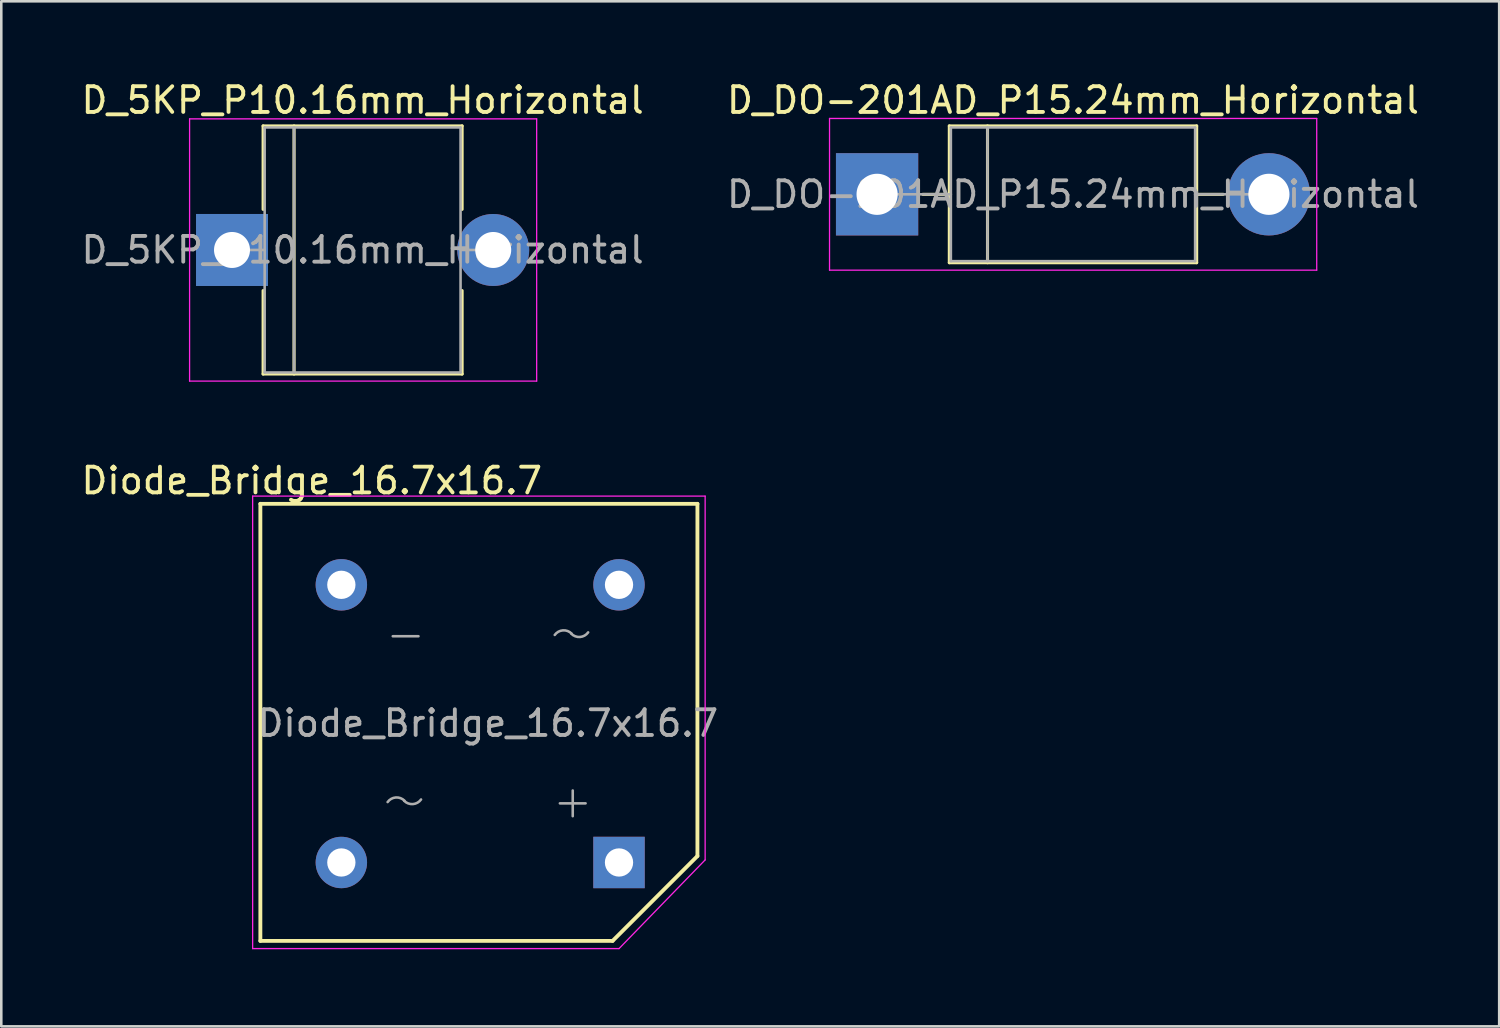
<source format=kicad_pcb>
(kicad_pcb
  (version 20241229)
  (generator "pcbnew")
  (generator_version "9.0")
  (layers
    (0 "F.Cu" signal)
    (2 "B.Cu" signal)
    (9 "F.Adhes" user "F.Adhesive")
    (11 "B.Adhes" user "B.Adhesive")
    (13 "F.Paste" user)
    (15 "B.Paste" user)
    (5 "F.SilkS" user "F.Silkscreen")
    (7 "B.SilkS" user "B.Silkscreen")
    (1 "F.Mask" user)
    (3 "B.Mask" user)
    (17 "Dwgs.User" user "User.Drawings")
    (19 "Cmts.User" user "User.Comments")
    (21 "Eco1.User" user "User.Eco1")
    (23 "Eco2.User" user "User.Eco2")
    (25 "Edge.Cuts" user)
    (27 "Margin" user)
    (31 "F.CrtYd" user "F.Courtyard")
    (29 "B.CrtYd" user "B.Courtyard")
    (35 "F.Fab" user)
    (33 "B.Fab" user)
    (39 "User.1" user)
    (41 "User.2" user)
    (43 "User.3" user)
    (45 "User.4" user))
  (footprint "D_DO-201AD_P15.24mm_Horizontal"
    (layer "F.Cu")
    (at 31.065 4.508)
    (property "Reference" "D_DO-201AD_P15.24mm_Horizontal" (at 7.62 -3.66 0) (layer "F.SilkS") (effects (font (size 1 1) (thickness 0.15))))
    (attr through_hole)
    (fp_line (start 1.78 0) (end 2.81 0) (stroke (width 0.12) (type solid)) (layer "F.SilkS"))
    (fp_line (start 2.81 -2.66) (end 2.81 2.66) (stroke (width 0.12) (type solid)) (layer "F.SilkS"))
    (fp_line (start 2.81 2.66) (end 12.43 2.66) (stroke (width 0.12) (type solid)) (layer "F.SilkS"))
    (fp_line (start 4.295 -2.66) (end 4.295 2.66) (stroke (width 0.12) (type solid)) (layer "F.SilkS"))
    (fp_line (start 12.43 -2.66) (end 2.81 -2.66) (stroke (width 0.12) (type solid)) (layer "F.SilkS"))
    (fp_line (start 12.43 2.66) (end 12.43 -2.66) (stroke (width 0.12) (type solid)) (layer "F.SilkS"))
    (fp_line (start 13.46 0) (end 12.43 0) (stroke (width 0.12) (type solid)) (layer "F.SilkS"))
    (fp_line (start -1.85 -2.95) (end -1.85 2.95) (stroke (width 0.05) (type solid)) (layer "F.CrtYd"))
    (fp_line (start -1.85 2.95) (end 17.1 2.95) (stroke (width 0.05) (type solid)) (layer "F.CrtYd"))
    (fp_line (start 17.1 -2.95) (end -1.85 -2.95) (stroke (width 0.05) (type solid)) (layer "F.CrtYd"))
    (fp_line (start 17.1 2.95) (end 17.1 -2.95) (stroke (width 0.05) (type solid)) (layer "F.CrtYd"))
    (fp_line (start 0 0) (end 2.87 0) (stroke (width 0.1) (type solid)) (layer "F.Fab"))
    (fp_line (start 2.87 -2.6) (end 2.87 2.6) (stroke (width 0.1) (type solid)) (layer "F.Fab"))
    (fp_line (start 2.87 2.6) (end 12.37 2.6) (stroke (width 0.1) (type solid)) (layer "F.Fab"))
    (fp_line (start 4.295 -2.6) (end 4.295 2.6) (stroke (width 0.1) (type solid)) (layer "F.Fab"))
    (fp_line (start 12.37 -2.6) (end 2.87 -2.6) (stroke (width 0.1) (type solid)) (layer "F.Fab"))
    (fp_line (start 12.37 2.6) (end 12.37 -2.6) (stroke (width 0.1) (type solid)) (layer "F.Fab"))
    (fp_line (start 15.24 0) (end 12.37 0) (stroke (width 0.1) (type solid)) (layer "F.Fab"))
    (fp_text user "${REFERENCE}" (at 7.62 0 0) (layer "F.Fab") (effects (font (size 1 1) (thickness 0.15))))
    (pad "1" thru_hole rect (at 0 0) (size 3.2 3.2) (drill 1.6) (layers "*.Cu" "*.Mask"))
    (pad "2" thru_hole oval (at 15.24 0) (size 3.2 3.2) (drill 1.6) (layers "*.Cu" "*.Mask")))
  (footprint "Diode_Bridge_16.7x16.7"
    (layer "F.Cu")
    (at 10.227 19.697)
    (property "Reference" "Diode_Bridge_16.7x16.7" (at -1.15 -4.05 0) (layer "F.SilkS") (effects (font (size 1 1) (thickness 0.15))))
    (attr through_hole)
    (fp_line (start -3.15 -3.15) (end 13.85 -3.15) (stroke (width 0.15) (type solid)) (layer "F.SilkS"))
    (fp_line (start -3.15 13.85) (end -3.15 -3.15) (stroke (width 0.15) (type solid)) (layer "F.SilkS"))
    (fp_line (start 10.55 13.85) (end -3.15 13.85) (stroke (width 0.15) (type solid)) (layer "F.SilkS"))
    (fp_line (start 13.85 -3.15) (end 13.85 10.55) (stroke (width 0.15) (type solid)) (layer "F.SilkS"))
    (fp_line (start 13.85 10.55) (end 10.55 13.85) (stroke (width 0.15) (type solid)) (layer "F.SilkS"))
    (fp_line (start -3.45 -3.45) (end 14.15 -3.45) (stroke (width 0.05) (type solid)) (layer "F.CrtYd"))
    (fp_line (start -3.45 14.15) (end -3.45 -3.45) (stroke (width 0.05) (type solid)) (layer "F.CrtYd"))
    (fp_line (start 10.8 14.15) (end -3.45 14.15) (stroke (width 0.05) (type solid)) (layer "F.CrtYd"))
    (fp_line (start 14.15 -3.45) (end 14.15 10.7) (stroke (width 0.05) (type solid)) (layer "F.CrtYd"))
    (fp_line (start 14.15 10.7) (end 10.8 14.15) (stroke (width 0.05) (type solid)) (layer "F.CrtYd"))
    (fp_line (start 2 2) (end 3 2) (stroke (width 0.1) (type solid)) (layer "F.Fab"))
    (fp_line (start 8.5 8.5) (end 9.5 8.5) (stroke (width 0.1) (type solid)) (layer "F.Fab"))
    (fp_line (start 9 8) (end 9 9) (stroke (width 0.1) (type solid)) (layer "F.Fab"))
    (fp_arc (start 1.8 8.45) (mid 2.116535 8.271188) (end 2.456979 8.398729) (stroke (width 0.1) (type solid)) (layer "F.Fab"))
    (fp_arc (start 3.1 8.35) (mid 2.783465 8.528812) (end 2.443021 8.401271) (stroke (width 0.1) (type solid)) (layer "F.Fab"))
    (fp_arc (start 8.3 1.95) (mid 8.616535 1.771188) (end 8.956979 1.898729) (stroke (width 0.1) (type solid)) (layer "F.Fab"))
    (fp_arc (start 9.6 1.85) (mid 9.283465 2.028812) (end 8.943021 1.901271) (stroke (width 0.1) (type solid)) (layer "F.Fab"))
    (fp_text user "${REFERENCE}" (at 5.7 5.385 0) (layer "F.Fab") (effects (font (size 1 1) (thickness 0.15))))
    (pad "1" thru_hole circle (at 0 0) (size 2 2) (drill 1.1) (layers "*.Cu" "*.Mask"))
    (pad "2" thru_hole circle (at 0 10.8) (size 2 2) (drill 1.1) (layers "*.Cu" "*.Mask"))
    (pad "3" thru_hole rect (at 10.8 10.8) (size 2 2) (drill 1.1) (layers "*.Cu" "*.Mask"))
    (pad "4" thru_hole circle (at 10.8 0) (size 2 2) (drill 1.1) (layers "*.Cu" "*.Mask")))
  (footprint "D_5KP_P10.16mm_Horizontal"
    (layer "F.Cu")
    (at 5.974 6.673)
    (property "Reference" "D_5KP_P10.16mm_Horizontal" (at 5.08 -5.825 0) (layer "F.SilkS") (effects (font (size 1 1) (thickness 0.15))))
    (attr through_hole)
    (fp_line (start 1.21 -4.825) (end 8.95 -4.825) (stroke (width 0.12) (type solid)) (layer "F.SilkS"))
    (fp_line (start 1.21 -1.58) (end 1.21 -4.825) (stroke (width 0.12) (type solid)) (layer "F.SilkS"))
    (fp_line (start 1.21 1.58) (end 1.21 4.825) (stroke (width 0.12) (type solid)) (layer "F.SilkS"))
    (fp_line (start 1.21 4.825) (end 8.95 4.825) (stroke (width 0.12) (type solid)) (layer "F.SilkS"))
    (fp_line (start 2.413 -4.825) (end 2.413 4.825) (stroke (width 0.12) (type solid)) (layer "F.SilkS"))
    (fp_line (start 8.95 -4.825) (end 8.95 -1.58) (stroke (width 0.12) (type solid)) (layer "F.SilkS"))
    (fp_line (start 8.95 4.825) (end 8.95 1.58) (stroke (width 0.12) (type solid)) (layer "F.SilkS"))
    (fp_line (start -1.65 -5.1) (end -1.65 5.1) (stroke (width 0.05) (type solid)) (layer "F.CrtYd"))
    (fp_line (start -1.65 5.1) (end 11.85 5.1) (stroke (width 0.05) (type solid)) (layer "F.CrtYd"))
    (fp_line (start 11.85 -5.1) (end -1.65 -5.1) (stroke (width 0.05) (type solid)) (layer "F.CrtYd"))
    (fp_line (start 11.85 5.1) (end 11.85 -5.1) (stroke (width 0.05) (type solid)) (layer "F.CrtYd"))
    (fp_line (start 0 0) (end 1.27 0) (stroke (width 0.1) (type solid)) (layer "F.Fab"))
    (fp_line (start 1.27 -4.765) (end 1.27 4.765) (stroke (width 0.1) (type solid)) (layer "F.Fab"))
    (fp_line (start 1.27 4.765) (end 8.89 4.765) (stroke (width 0.1) (type solid)) (layer "F.Fab"))
    (fp_line (start 2.413 -4.765) (end 2.413 4.765) (stroke (width 0.1) (type solid)) (layer "F.Fab"))
    (fp_line (start 8.89 -4.765) (end 1.27 -4.765) (stroke (width 0.1) (type solid)) (layer "F.Fab"))
    (fp_line (start 8.89 4.765) (end 8.89 -4.765) (stroke (width 0.1) (type solid)) (layer "F.Fab"))
    (fp_line (start 10.16 0) (end 8.89 0) (stroke (width 0.1) (type solid)) (layer "F.Fab"))
    (fp_text user "${REFERENCE}" (at 5.08 0 0) (layer "F.Fab") (effects (font (size 1 1) (thickness 0.15))))
    (pad "1" thru_hole rect (at 0 0) (size 2.8 2.8) (drill 1.4) (layers "*.Cu" "*.Mask"))
    (pad "2" thru_hole oval (at 10.16 0) (size 2.8 2.8) (drill 1.4) (layers "*.Cu" "*.Mask")))
  (gr_rect
    (start -3 -3)
    (end 55.262 36.871)
    (stroke (width 0.1) (type default))
    (fill no)
    (layer "Edge.Cuts")))
</source>
